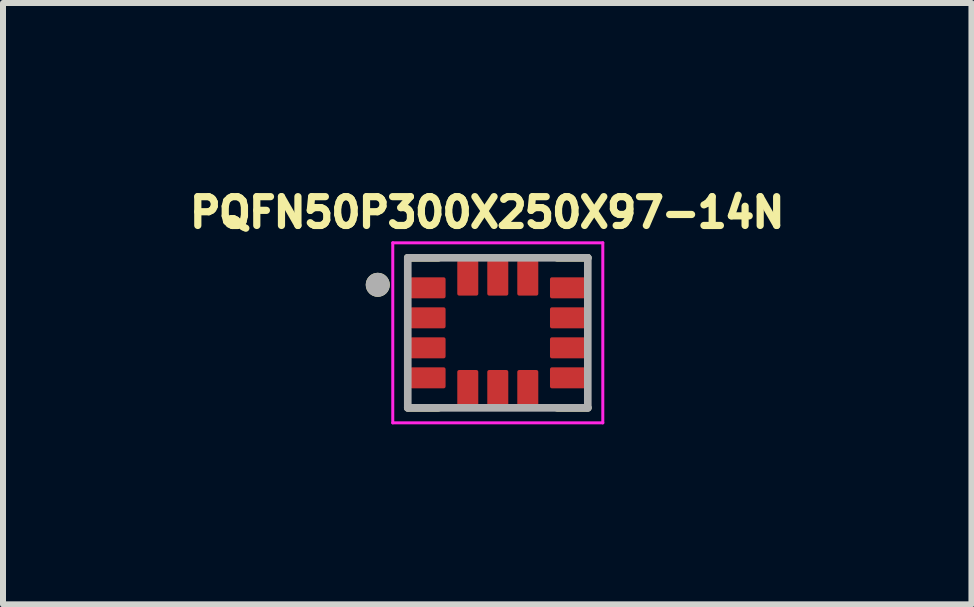
<source format=kicad_pcb>
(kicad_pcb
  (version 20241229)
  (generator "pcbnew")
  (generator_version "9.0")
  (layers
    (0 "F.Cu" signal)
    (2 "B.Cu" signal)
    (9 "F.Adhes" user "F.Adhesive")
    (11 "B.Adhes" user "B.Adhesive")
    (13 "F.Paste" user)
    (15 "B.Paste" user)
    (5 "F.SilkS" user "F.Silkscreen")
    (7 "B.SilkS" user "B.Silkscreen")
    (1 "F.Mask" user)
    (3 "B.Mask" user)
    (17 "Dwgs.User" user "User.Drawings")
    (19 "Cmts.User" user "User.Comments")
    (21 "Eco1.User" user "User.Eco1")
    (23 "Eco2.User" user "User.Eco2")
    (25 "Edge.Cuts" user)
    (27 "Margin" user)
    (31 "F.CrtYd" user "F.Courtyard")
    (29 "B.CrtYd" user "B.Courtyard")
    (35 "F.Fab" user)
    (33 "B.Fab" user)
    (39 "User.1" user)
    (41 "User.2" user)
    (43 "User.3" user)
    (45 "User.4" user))
  (footprint "PQFN50P300X250X97-14N"
    (layer "F.Cu")
    (at 5.245 2.496)
    (property "Reference" "PQFN50P300X250X97-14N" (at -0.176 -2.005 0) (layer "F.SilkS") (effects (font (size 0.48 0.48) (thickness 0.15))))
    (attr through_hole)
    (fp_poly (pts (xy -0.82 -0.85) (xy -0.82 -0.65) (xy -0.82 -0.643) (xy -0.821 -0.637) (xy -0.822 -0.63) (xy -0.823 -0.624) (xy -0.824 -0.618) (xy -0.826 -0.611) (xy -0.828 -0.605) (xy -0.831 -0.599) (xy -0.834 -0.593) (xy -0.837 -0.588) (xy -0.84 -0.582) (xy -0.844 -0.577) (xy -0.848 -0.571) (xy -0.852 -0.566) (xy -0.857 -0.562) (xy -0.861 -0.557) (xy -0.866 -0.553) (xy -0.872 -0.549) (xy -0.877 -0.545) (xy -0.882 -0.542) (xy -0.888 -0.539) (xy -0.894 -0.536) (xy -0.9 -0.533) (xy -0.906 -0.531) (xy -0.913 -0.529) (xy -0.919 -0.528) (xy -0.925 -0.527) (xy -0.932 -0.526) (xy -0.938 -0.525) (xy -0.945 -0.525) (xy -1.385 -0.525) (xy -1.392 -0.525) (xy -1.398 -0.526) (xy -1.405 -0.527) (xy -1.411 -0.528) (xy -1.417 -0.529) (xy -1.424 -0.531) (xy -1.43 -0.533) (xy -1.436 -0.536) (xy -1.442 -0.539) (xy -1.448 -0.542) (xy -1.453 -0.545) (xy -1.458 -0.549) (xy -1.464 -0.553) (xy -1.469 -0.557) (xy -1.473 -0.562) (xy -1.478 -0.566) (xy -1.482 -0.571) (xy -1.486 -0.577) (xy -1.49 -0.582) (xy -1.493 -0.588) (xy -1.496 -0.593) (xy -1.499 -0.599) (xy -1.502 -0.605) (xy -1.504 -0.611) (xy -1.506 -0.618) (xy -1.507 -0.624) (xy -1.508 -0.63) (xy -1.509 -0.637) (xy -1.51 -0.643) (xy -1.51 -0.65) (xy -1.51 -0.85) (xy -1.51 -0.857) (xy -1.509 -0.863) (xy -1.508 -0.87) (xy -1.507 -0.876) (xy -1.506 -0.882) (xy -1.504 -0.889) (xy -1.502 -0.895) (xy -1.499 -0.901) (xy -1.496 -0.907) (xy -1.493 -0.912) (xy -1.49 -0.918) (xy -1.486 -0.923) (xy -1.482 -0.929) (xy -1.478 -0.934) (xy -1.473 -0.938) (xy -1.469 -0.943) (xy -1.464 -0.947) (xy -1.458 -0.951) (xy -1.453 -0.955) (xy -1.448 -0.958) (xy -1.442 -0.961) (xy -1.436 -0.964) (xy -1.43 -0.967) (xy -1.424 -0.969) (xy -1.417 -0.971) (xy -1.411 -0.972) (xy -1.405 -0.973) (xy -1.398 -0.974) (xy -1.392 -0.975) (xy -1.385 -0.975) (xy -0.945 -0.975) (xy -0.938 -0.975) (xy -0.932 -0.974) (xy -0.925 -0.973) (xy -0.919 -0.972) (xy -0.913 -0.971) (xy -0.906 -0.969) (xy -0.9 -0.967) (xy -0.894 -0.964) (xy -0.888 -0.961) (xy -0.882 -0.958) (xy -0.877 -0.955) (xy -0.872 -0.951) (xy -0.866 -0.947) (xy -0.861 -0.943) (xy -0.857 -0.938) (xy -0.852 -0.934) (xy -0.848 -0.929) (xy -0.844 -0.923) (xy -0.84 -0.918) (xy -0.837 -0.912) (xy -0.834 -0.907) (xy -0.831 -0.901) (xy -0.828 -0.895) (xy -0.826 -0.889) (xy -0.824 -0.882) (xy -0.823 -0.876) (xy -0.822 -0.87) (xy -0.821 -0.863) (xy -0.82 -0.857) (xy -0.82 -0.85)) (stroke (width 0.01) (type solid)) (fill yes) (layer "F.Mask"))
    (fp_poly (pts (xy -0.82 -0.35) (xy -0.82 -0.15) (xy -0.82 -0.143) (xy -0.821 -0.137) (xy -0.822 -0.13) (xy -0.823 -0.124) (xy -0.824 -0.118) (xy -0.826 -0.111) (xy -0.828 -0.105) (xy -0.831 -0.099) (xy -0.834 -0.093) (xy -0.837 -0.088) (xy -0.84 -0.082) (xy -0.844 -0.077) (xy -0.848 -0.071) (xy -0.852 -0.066) (xy -0.857 -0.062) (xy -0.861 -0.057) (xy -0.866 -0.053) (xy -0.872 -0.049) (xy -0.877 -0.045) (xy -0.882 -0.042) (xy -0.888 -0.039) (xy -0.894 -0.036) (xy -0.9 -0.033) (xy -0.906 -0.031) (xy -0.913 -0.029) (xy -0.919 -0.028) (xy -0.925 -0.027) (xy -0.932 -0.026) (xy -0.938 -0.025) (xy -0.945 -0.025) (xy -1.385 -0.025) (xy -1.392 -0.025) (xy -1.398 -0.026) (xy -1.405 -0.027) (xy -1.411 -0.028) (xy -1.417 -0.029) (xy -1.424 -0.031) (xy -1.43 -0.033) (xy -1.436 -0.036) (xy -1.442 -0.039) (xy -1.448 -0.042) (xy -1.453 -0.045) (xy -1.458 -0.049) (xy -1.464 -0.053) (xy -1.469 -0.057) (xy -1.473 -0.062) (xy -1.478 -0.066) (xy -1.482 -0.071) (xy -1.486 -0.077) (xy -1.49 -0.082) (xy -1.493 -0.088) (xy -1.496 -0.093) (xy -1.499 -0.099) (xy -1.502 -0.105) (xy -1.504 -0.111) (xy -1.506 -0.118) (xy -1.507 -0.124) (xy -1.508 -0.13) (xy -1.509 -0.137) (xy -1.51 -0.143) (xy -1.51 -0.15) (xy -1.51 -0.35) (xy -1.51 -0.357) (xy -1.509 -0.363) (xy -1.508 -0.37) (xy -1.507 -0.376) (xy -1.506 -0.382) (xy -1.504 -0.389) (xy -1.502 -0.395) (xy -1.499 -0.401) (xy -1.496 -0.407) (xy -1.493 -0.412) (xy -1.49 -0.418) (xy -1.486 -0.423) (xy -1.482 -0.429) (xy -1.478 -0.434) (xy -1.473 -0.438) (xy -1.469 -0.443) (xy -1.464 -0.447) (xy -1.458 -0.451) (xy -1.453 -0.455) (xy -1.448 -0.458) (xy -1.442 -0.461) (xy -1.436 -0.464) (xy -1.43 -0.467) (xy -1.424 -0.469) (xy -1.417 -0.471) (xy -1.411 -0.472) (xy -1.405 -0.473) (xy -1.398 -0.474) (xy -1.392 -0.475) (xy -1.385 -0.475) (xy -0.945 -0.475) (xy -0.938 -0.475) (xy -0.932 -0.474) (xy -0.925 -0.473) (xy -0.919 -0.472) (xy -0.913 -0.471) (xy -0.906 -0.469) (xy -0.9 -0.467) (xy -0.894 -0.464) (xy -0.888 -0.461) (xy -0.882 -0.458) (xy -0.877 -0.455) (xy -0.872 -0.451) (xy -0.866 -0.447) (xy -0.861 -0.443) (xy -0.857 -0.438) (xy -0.852 -0.434) (xy -0.848 -0.429) (xy -0.844 -0.423) (xy -0.84 -0.418) (xy -0.837 -0.412) (xy -0.834 -0.407) (xy -0.831 -0.401) (xy -0.828 -0.395) (xy -0.826 -0.389) (xy -0.824 -0.382) (xy -0.823 -0.376) (xy -0.822 -0.37) (xy -0.821 -0.363) (xy -0.82 -0.357) (xy -0.82 -0.35)) (stroke (width 0.01) (type solid)) (fill yes) (layer "F.Mask"))
    (fp_poly (pts (xy -0.82 0.15) (xy -0.82 0.35) (xy -0.82 0.357) (xy -0.821 0.363) (xy -0.822 0.37) (xy -0.823 0.376) (xy -0.824 0.382) (xy -0.826 0.389) (xy -0.828 0.395) (xy -0.831 0.401) (xy -0.834 0.407) (xy -0.837 0.412) (xy -0.84 0.418) (xy -0.844 0.423) (xy -0.848 0.429) (xy -0.852 0.434) (xy -0.857 0.438) (xy -0.861 0.443) (xy -0.866 0.447) (xy -0.872 0.451) (xy -0.877 0.455) (xy -0.882 0.458) (xy -0.888 0.461) (xy -0.894 0.464) (xy -0.9 0.467) (xy -0.906 0.469) (xy -0.913 0.471) (xy -0.919 0.472) (xy -0.925 0.473) (xy -0.932 0.474) (xy -0.938 0.475) (xy -0.945 0.475) (xy -1.385 0.475) (xy -1.392 0.475) (xy -1.398 0.474) (xy -1.405 0.473) (xy -1.411 0.472) (xy -1.417 0.471) (xy -1.424 0.469) (xy -1.43 0.467) (xy -1.436 0.464) (xy -1.442 0.461) (xy -1.448 0.458) (xy -1.453 0.455) (xy -1.458 0.451) (xy -1.464 0.447) (xy -1.469 0.443) (xy -1.473 0.438) (xy -1.478 0.434) (xy -1.482 0.429) (xy -1.486 0.423) (xy -1.49 0.418) (xy -1.493 0.412) (xy -1.496 0.407) (xy -1.499 0.401) (xy -1.502 0.395) (xy -1.504 0.389) (xy -1.506 0.382) (xy -1.507 0.376) (xy -1.508 0.37) (xy -1.509 0.363) (xy -1.51 0.357) (xy -1.51 0.35) (xy -1.51 0.15) (xy -1.51 0.143) (xy -1.509 0.137) (xy -1.508 0.13) (xy -1.507 0.124) (xy -1.506 0.118) (xy -1.504 0.111) (xy -1.502 0.105) (xy -1.499 0.099) (xy -1.496 0.093) (xy -1.493 0.088) (xy -1.49 0.082) (xy -1.486 0.077) (xy -1.482 0.071) (xy -1.478 0.066) (xy -1.473 0.062) (xy -1.469 0.057) (xy -1.464 0.053) (xy -1.458 0.049) (xy -1.453 0.045) (xy -1.448 0.042) (xy -1.442 0.039) (xy -1.436 0.036) (xy -1.43 0.033) (xy -1.424 0.031) (xy -1.417 0.029) (xy -1.411 0.028) (xy -1.405 0.027) (xy -1.398 0.026) (xy -1.392 0.025) (xy -1.385 0.025) (xy -0.945 0.025) (xy -0.938 0.025) (xy -0.932 0.026) (xy -0.925 0.027) (xy -0.919 0.028) (xy -0.913 0.029) (xy -0.906 0.031) (xy -0.9 0.033) (xy -0.894 0.036) (xy -0.888 0.039) (xy -0.882 0.042) (xy -0.877 0.045) (xy -0.872 0.049) (xy -0.866 0.053) (xy -0.861 0.057) (xy -0.857 0.062) (xy -0.852 0.066) (xy -0.848 0.071) (xy -0.844 0.077) (xy -0.84 0.082) (xy -0.837 0.088) (xy -0.834 0.093) (xy -0.831 0.099) (xy -0.828 0.105) (xy -0.826 0.111) (xy -0.824 0.118) (xy -0.823 0.124) (xy -0.822 0.13) (xy -0.821 0.137) (xy -0.82 0.143) (xy -0.82 0.15)) (stroke (width 0.01) (type solid)) (fill yes) (layer "F.Mask"))
    (fp_poly (pts (xy -0.82 0.65) (xy -0.82 0.85) (xy -0.82 0.857) (xy -0.821 0.863) (xy -0.822 0.87) (xy -0.823 0.876) (xy -0.824 0.882) (xy -0.826 0.889) (xy -0.828 0.895) (xy -0.831 0.901) (xy -0.834 0.907) (xy -0.837 0.912) (xy -0.84 0.918) (xy -0.844 0.923) (xy -0.848 0.929) (xy -0.852 0.934) (xy -0.857 0.938) (xy -0.861 0.943) (xy -0.866 0.947) (xy -0.872 0.951) (xy -0.877 0.955) (xy -0.882 0.958) (xy -0.888 0.961) (xy -0.894 0.964) (xy -0.9 0.967) (xy -0.906 0.969) (xy -0.913 0.971) (xy -0.919 0.972) (xy -0.925 0.973) (xy -0.932 0.974) (xy -0.938 0.975) (xy -0.945 0.975) (xy -1.385 0.975) (xy -1.392 0.975) (xy -1.398 0.974) (xy -1.405 0.973) (xy -1.411 0.972) (xy -1.417 0.971) (xy -1.424 0.969) (xy -1.43 0.967) (xy -1.436 0.964) (xy -1.442 0.961) (xy -1.448 0.958) (xy -1.453 0.955) (xy -1.458 0.951) (xy -1.464 0.947) (xy -1.469 0.943) (xy -1.473 0.938) (xy -1.478 0.934) (xy -1.482 0.929) (xy -1.486 0.923) (xy -1.49 0.918) (xy -1.493 0.912) (xy -1.496 0.907) (xy -1.499 0.901) (xy -1.502 0.895) (xy -1.504 0.889) (xy -1.506 0.882) (xy -1.507 0.876) (xy -1.508 0.87) (xy -1.509 0.863) (xy -1.51 0.857) (xy -1.51 0.85) (xy -1.51 0.65) (xy -1.51 0.643) (xy -1.509 0.637) (xy -1.508 0.63) (xy -1.507 0.624) (xy -1.506 0.618) (xy -1.504 0.611) (xy -1.502 0.605) (xy -1.499 0.599) (xy -1.496 0.593) (xy -1.493 0.588) (xy -1.49 0.582) (xy -1.486 0.577) (xy -1.482 0.571) (xy -1.478 0.566) (xy -1.473 0.562) (xy -1.469 0.557) (xy -1.464 0.553) (xy -1.458 0.549) (xy -1.453 0.545) (xy -1.448 0.542) (xy -1.442 0.539) (xy -1.436 0.536) (xy -1.43 0.533) (xy -1.424 0.531) (xy -1.417 0.529) (xy -1.411 0.528) (xy -1.405 0.527) (xy -1.398 0.526) (xy -1.392 0.525) (xy -1.385 0.525) (xy -0.945 0.525) (xy -0.938 0.525) (xy -0.932 0.526) (xy -0.925 0.527) (xy -0.919 0.528) (xy -0.913 0.529) (xy -0.906 0.531) (xy -0.9 0.533) (xy -0.894 0.536) (xy -0.888 0.539) (xy -0.882 0.542) (xy -0.877 0.545) (xy -0.872 0.549) (xy -0.866 0.553) (xy -0.861 0.557) (xy -0.857 0.562) (xy -0.852 0.566) (xy -0.848 0.571) (xy -0.844 0.577) (xy -0.84 0.582) (xy -0.837 0.588) (xy -0.834 0.593) (xy -0.831 0.599) (xy -0.828 0.605) (xy -0.826 0.611) (xy -0.824 0.618) (xy -0.823 0.624) (xy -0.822 0.63) (xy -0.821 0.637) (xy -0.82 0.643) (xy -0.82 0.65)) (stroke (width 0.01) (type solid)) (fill yes) (layer "F.Mask"))
    (fp_poly (pts (xy -0.6 -1.26) (xy -0.4 -1.26) (xy -0.393 -1.26) (xy -0.387 -1.259) (xy -0.38 -1.258) (xy -0.374 -1.257) (xy -0.368 -1.256) (xy -0.361 -1.254) (xy -0.355 -1.252) (xy -0.349 -1.249) (xy -0.343 -1.246) (xy -0.338 -1.243) (xy -0.332 -1.24) (xy -0.327 -1.236) (xy -0.321 -1.232) (xy -0.316 -1.228) (xy -0.312 -1.223) (xy -0.307 -1.219) (xy -0.303 -1.214) (xy -0.299 -1.208) (xy -0.295 -1.203) (xy -0.292 -1.198) (xy -0.289 -1.192) (xy -0.286 -1.186) (xy -0.283 -1.18) (xy -0.281 -1.174) (xy -0.279 -1.167) (xy -0.278 -1.161) (xy -0.277 -1.155) (xy -0.276 -1.148) (xy -0.275 -1.142) (xy -0.275 -1.135) (xy -0.275 -0.695) (xy -0.275 -0.688) (xy -0.276 -0.682) (xy -0.277 -0.675) (xy -0.278 -0.669) (xy -0.279 -0.663) (xy -0.281 -0.656) (xy -0.283 -0.65) (xy -0.286 -0.644) (xy -0.289 -0.638) (xy -0.292 -0.632) (xy -0.295 -0.627) (xy -0.299 -0.622) (xy -0.303 -0.616) (xy -0.307 -0.611) (xy -0.312 -0.607) (xy -0.316 -0.602) (xy -0.321 -0.598) (xy -0.327 -0.594) (xy -0.332 -0.59) (xy -0.338 -0.587) (xy -0.343 -0.584) (xy -0.349 -0.581) (xy -0.355 -0.578) (xy -0.361 -0.576) (xy -0.368 -0.574) (xy -0.374 -0.573) (xy -0.38 -0.572) (xy -0.387 -0.571) (xy -0.393 -0.57) (xy -0.4 -0.57) (xy -0.6 -0.57) (xy -0.607 -0.57) (xy -0.613 -0.571) (xy -0.62 -0.572) (xy -0.626 -0.573) (xy -0.632 -0.574) (xy -0.639 -0.576) (xy -0.645 -0.578) (xy -0.651 -0.581) (xy -0.657 -0.584) (xy -0.663 -0.587) (xy -0.668 -0.59) (xy -0.673 -0.594) (xy -0.679 -0.598) (xy -0.684 -0.602) (xy -0.688 -0.607) (xy -0.693 -0.611) (xy -0.697 -0.616) (xy -0.701 -0.622) (xy -0.705 -0.627) (xy -0.708 -0.632) (xy -0.711 -0.638) (xy -0.714 -0.644) (xy -0.717 -0.65) (xy -0.719 -0.656) (xy -0.721 -0.663) (xy -0.722 -0.669) (xy -0.723 -0.675) (xy -0.724 -0.682) (xy -0.725 -0.688) (xy -0.725 -0.695) (xy -0.725 -1.135) (xy -0.725 -1.142) (xy -0.724 -1.148) (xy -0.723 -1.155) (xy -0.722 -1.161) (xy -0.721 -1.167) (xy -0.719 -1.174) (xy -0.717 -1.18) (xy -0.714 -1.186) (xy -0.711 -1.192) (xy -0.708 -1.198) (xy -0.705 -1.203) (xy -0.701 -1.208) (xy -0.697 -1.214) (xy -0.693 -1.219) (xy -0.688 -1.223) (xy -0.684 -1.228) (xy -0.679 -1.232) (xy -0.673 -1.236) (xy -0.668 -1.24) (xy -0.662 -1.243) (xy -0.657 -1.246) (xy -0.651 -1.249) (xy -0.645 -1.252) (xy -0.639 -1.254) (xy -0.632 -1.256) (xy -0.626 -1.257) (xy -0.62 -1.258) (xy -0.613 -1.259) (xy -0.607 -1.26) (xy -0.6 -1.26)) (stroke (width 0.01) (type solid)) (fill yes) (layer "F.Mask"))
    (fp_poly (pts (xy -0.6 0.57) (xy -0.4 0.57) (xy -0.393 0.57) (xy -0.387 0.571) (xy -0.38 0.572) (xy -0.374 0.573) (xy -0.368 0.574) (xy -0.361 0.576) (xy -0.355 0.578) (xy -0.349 0.581) (xy -0.343 0.584) (xy -0.338 0.587) (xy -0.332 0.59) (xy -0.327 0.594) (xy -0.321 0.598) (xy -0.316 0.602) (xy -0.312 0.607) (xy -0.307 0.611) (xy -0.303 0.616) (xy -0.299 0.622) (xy -0.295 0.627) (xy -0.292 0.632) (xy -0.289 0.638) (xy -0.286 0.644) (xy -0.283 0.65) (xy -0.281 0.656) (xy -0.279 0.663) (xy -0.278 0.669) (xy -0.277 0.675) (xy -0.276 0.682) (xy -0.275 0.688) (xy -0.275 0.695) (xy -0.275 1.135) (xy -0.275 1.142) (xy -0.276 1.148) (xy -0.277 1.155) (xy -0.278 1.161) (xy -0.279 1.167) (xy -0.281 1.174) (xy -0.283 1.18) (xy -0.286 1.186) (xy -0.289 1.192) (xy -0.292 1.198) (xy -0.295 1.203) (xy -0.299 1.208) (xy -0.303 1.214) (xy -0.307 1.219) (xy -0.312 1.223) (xy -0.316 1.228) (xy -0.321 1.232) (xy -0.327 1.236) (xy -0.332 1.24) (xy -0.338 1.243) (xy -0.343 1.246) (xy -0.349 1.249) (xy -0.355 1.252) (xy -0.361 1.254) (xy -0.368 1.256) (xy -0.374 1.257) (xy -0.38 1.258) (xy -0.387 1.259) (xy -0.393 1.26) (xy -0.4 1.26) (xy -0.6 1.26) (xy -0.607 1.26) (xy -0.613 1.259) (xy -0.62 1.258) (xy -0.626 1.257) (xy -0.632 1.256) (xy -0.639 1.254) (xy -0.645 1.252) (xy -0.651 1.249) (xy -0.657 1.246) (xy -0.663 1.243) (xy -0.668 1.24) (xy -0.673 1.236) (xy -0.679 1.232) (xy -0.684 1.228) (xy -0.688 1.223) (xy -0.693 1.219) (xy -0.697 1.214) (xy -0.701 1.208) (xy -0.705 1.203) (xy -0.708 1.198) (xy -0.711 1.192) (xy -0.714 1.186) (xy -0.717 1.18) (xy -0.719 1.174) (xy -0.721 1.167) (xy -0.722 1.161) (xy -0.723 1.155) (xy -0.724 1.148) (xy -0.725 1.142) (xy -0.725 1.135) (xy -0.725 0.695) (xy -0.725 0.688) (xy -0.724 0.682) (xy -0.723 0.675) (xy -0.722 0.669) (xy -0.721 0.663) (xy -0.719 0.656) (xy -0.717 0.65) (xy -0.714 0.644) (xy -0.711 0.638) (xy -0.708 0.632) (xy -0.705 0.627) (xy -0.701 0.622) (xy -0.697 0.616) (xy -0.693 0.611) (xy -0.688 0.607) (xy -0.684 0.602) (xy -0.679 0.598) (xy -0.673 0.594) (xy -0.668 0.59) (xy -0.662 0.587) (xy -0.657 0.584) (xy -0.651 0.581) (xy -0.645 0.578) (xy -0.639 0.576) (xy -0.632 0.574) (xy -0.626 0.573) (xy -0.62 0.572) (xy -0.613 0.571) (xy -0.607 0.57) (xy -0.6 0.57)) (stroke (width 0.01) (type solid)) (fill yes) (layer "F.Mask"))
    (fp_poly (pts (xy -0.1 -1.26) (xy 0.1 -1.26) (xy 0.107 -1.26) (xy 0.113 -1.259) (xy 0.12 -1.258) (xy 0.126 -1.257) (xy 0.132 -1.256) (xy 0.139 -1.254) (xy 0.145 -1.252) (xy 0.151 -1.249) (xy 0.157 -1.246) (xy 0.163 -1.243) (xy 0.168 -1.24) (xy 0.173 -1.236) (xy 0.179 -1.232) (xy 0.184 -1.228) (xy 0.188 -1.223) (xy 0.193 -1.219) (xy 0.197 -1.214) (xy 0.201 -1.208) (xy 0.205 -1.203) (xy 0.208 -1.198) (xy 0.211 -1.192) (xy 0.214 -1.186) (xy 0.217 -1.18) (xy 0.219 -1.174) (xy 0.221 -1.167) (xy 0.222 -1.161) (xy 0.223 -1.155) (xy 0.224 -1.148) (xy 0.225 -1.142) (xy 0.225 -1.135) (xy 0.225 -0.695) (xy 0.225 -0.688) (xy 0.224 -0.682) (xy 0.223 -0.675) (xy 0.222 -0.669) (xy 0.221 -0.663) (xy 0.219 -0.656) (xy 0.217 -0.65) (xy 0.214 -0.644) (xy 0.211 -0.638) (xy 0.208 -0.632) (xy 0.205 -0.627) (xy 0.201 -0.622) (xy 0.197 -0.616) (xy 0.193 -0.611) (xy 0.188 -0.607) (xy 0.184 -0.602) (xy 0.179 -0.598) (xy 0.173 -0.594) (xy 0.168 -0.59) (xy 0.163 -0.587) (xy 0.157 -0.584) (xy 0.151 -0.581) (xy 0.145 -0.578) (xy 0.139 -0.576) (xy 0.132 -0.574) (xy 0.126 -0.573) (xy 0.12 -0.572) (xy 0.113 -0.571) (xy 0.107 -0.57) (xy 0.1 -0.57) (xy -0.1 -0.57) (xy -0.107 -0.57) (xy -0.113 -0.571) (xy -0.12 -0.572) (xy -0.126 -0.573) (xy -0.132 -0.574) (xy -0.139 -0.576) (xy -0.145 -0.578) (xy -0.151 -0.581) (xy -0.157 -0.584) (xy -0.163 -0.587) (xy -0.168 -0.59) (xy -0.173 -0.594) (xy -0.179 -0.598) (xy -0.184 -0.602) (xy -0.188 -0.607) (xy -0.193 -0.611) (xy -0.197 -0.616) (xy -0.201 -0.622) (xy -0.205 -0.627) (xy -0.208 -0.632) (xy -0.211 -0.638) (xy -0.214 -0.644) (xy -0.217 -0.65) (xy -0.219 -0.656) (xy -0.221 -0.663) (xy -0.222 -0.669) (xy -0.223 -0.675) (xy -0.224 -0.682) (xy -0.225 -0.688) (xy -0.225 -0.695) (xy -0.225 -1.135) (xy -0.225 -1.142) (xy -0.224 -1.148) (xy -0.223 -1.155) (xy -0.222 -1.161) (xy -0.221 -1.167) (xy -0.219 -1.174) (xy -0.217 -1.18) (xy -0.214 -1.186) (xy -0.211 -1.192) (xy -0.208 -1.198) (xy -0.205 -1.203) (xy -0.201 -1.208) (xy -0.197 -1.214) (xy -0.193 -1.219) (xy -0.188 -1.223) (xy -0.184 -1.228) (xy -0.179 -1.232) (xy -0.173 -1.236) (xy -0.168 -1.24) (xy -0.162 -1.243) (xy -0.157 -1.246) (xy -0.151 -1.249) (xy -0.145 -1.252) (xy -0.139 -1.254) (xy -0.132 -1.256) (xy -0.126 -1.257) (xy -0.12 -1.258) (xy -0.113 -1.259) (xy -0.107 -1.26) (xy -0.1 -1.26)) (stroke (width 0.01) (type solid)) (fill yes) (layer "F.Mask"))
    (fp_poly (pts (xy -0.1 0.57) (xy 0.1 0.57) (xy 0.107 0.57) (xy 0.113 0.571) (xy 0.12 0.572) (xy 0.126 0.573) (xy 0.132 0.574) (xy 0.139 0.576) (xy 0.145 0.578) (xy 0.151 0.581) (xy 0.157 0.584) (xy 0.163 0.587) (xy 0.168 0.59) (xy 0.173 0.594) (xy 0.179 0.598) (xy 0.184 0.602) (xy 0.188 0.607) (xy 0.193 0.611) (xy 0.197 0.616) (xy 0.201 0.622) (xy 0.205 0.627) (xy 0.208 0.632) (xy 0.211 0.638) (xy 0.214 0.644) (xy 0.217 0.65) (xy 0.219 0.656) (xy 0.221 0.663) (xy 0.222 0.669) (xy 0.223 0.675) (xy 0.224 0.682) (xy 0.225 0.688) (xy 0.225 0.695) (xy 0.225 1.135) (xy 0.225 1.142) (xy 0.224 1.148) (xy 0.223 1.155) (xy 0.222 1.161) (xy 0.221 1.167) (xy 0.219 1.174) (xy 0.217 1.18) (xy 0.214 1.186) (xy 0.211 1.192) (xy 0.208 1.198) (xy 0.205 1.203) (xy 0.201 1.208) (xy 0.197 1.214) (xy 0.193 1.219) (xy 0.188 1.223) (xy 0.184 1.228) (xy 0.179 1.232) (xy 0.173 1.236) (xy 0.168 1.24) (xy 0.163 1.243) (xy 0.157 1.246) (xy 0.151 1.249) (xy 0.145 1.252) (xy 0.139 1.254) (xy 0.132 1.256) (xy 0.126 1.257) (xy 0.12 1.258) (xy 0.113 1.259) (xy 0.107 1.26) (xy 0.1 1.26) (xy -0.1 1.26) (xy -0.107 1.26) (xy -0.113 1.259) (xy -0.12 1.258) (xy -0.126 1.257) (xy -0.132 1.256) (xy -0.139 1.254) (xy -0.145 1.252) (xy -0.151 1.249) (xy -0.157 1.246) (xy -0.163 1.243) (xy -0.168 1.24) (xy -0.173 1.236) (xy -0.179 1.232) (xy -0.184 1.228) (xy -0.188 1.223) (xy -0.193 1.219) (xy -0.197 1.214) (xy -0.201 1.208) (xy -0.205 1.203) (xy -0.208 1.198) (xy -0.211 1.192) (xy -0.214 1.186) (xy -0.217 1.18) (xy -0.219 1.174) (xy -0.221 1.167) (xy -0.222 1.161) (xy -0.223 1.155) (xy -0.224 1.148) (xy -0.225 1.142) (xy -0.225 1.135) (xy -0.225 0.695) (xy -0.225 0.688) (xy -0.224 0.682) (xy -0.223 0.675) (xy -0.222 0.669) (xy -0.221 0.663) (xy -0.219 0.656) (xy -0.217 0.65) (xy -0.214 0.644) (xy -0.211 0.638) (xy -0.208 0.632) (xy -0.205 0.627) (xy -0.201 0.622) (xy -0.197 0.616) (xy -0.193 0.611) (xy -0.188 0.607) (xy -0.184 0.602) (xy -0.179 0.598) (xy -0.173 0.594) (xy -0.168 0.59) (xy -0.162 0.587) (xy -0.157 0.584) (xy -0.151 0.581) (xy -0.145 0.578) (xy -0.139 0.576) (xy -0.132 0.574) (xy -0.126 0.573) (xy -0.12 0.572) (xy -0.113 0.571) (xy -0.107 0.57) (xy -0.1 0.57)) (stroke (width 0.01) (type solid)) (fill yes) (layer "F.Mask"))
    (fp_poly (pts (xy 0.4 -1.26) (xy 0.6 -1.26) (xy 0.607 -1.26) (xy 0.613 -1.259) (xy 0.62 -1.258) (xy 0.626 -1.257) (xy 0.632 -1.256) (xy 0.639 -1.254) (xy 0.645 -1.252) (xy 0.651 -1.249) (xy 0.657 -1.246) (xy 0.662 -1.243) (xy 0.668 -1.24) (xy 0.673 -1.236) (xy 0.679 -1.232) (xy 0.684 -1.228) (xy 0.688 -1.223) (xy 0.693 -1.219) (xy 0.697 -1.214) (xy 0.701 -1.208) (xy 0.705 -1.203) (xy 0.708 -1.198) (xy 0.711 -1.192) (xy 0.714 -1.186) (xy 0.717 -1.18) (xy 0.719 -1.174) (xy 0.721 -1.167) (xy 0.722 -1.161) (xy 0.723 -1.155) (xy 0.724 -1.148) (xy 0.725 -1.142) (xy 0.725 -1.135) (xy 0.725 -0.695) (xy 0.725 -0.688) (xy 0.724 -0.682) (xy 0.723 -0.675) (xy 0.722 -0.669) (xy 0.721 -0.663) (xy 0.719 -0.656) (xy 0.717 -0.65) (xy 0.714 -0.644) (xy 0.711 -0.638) (xy 0.708 -0.632) (xy 0.705 -0.627) (xy 0.701 -0.622) (xy 0.697 -0.616) (xy 0.693 -0.611) (xy 0.688 -0.607) (xy 0.684 -0.602) (xy 0.679 -0.598) (xy 0.673 -0.594) (xy 0.668 -0.59) (xy 0.662 -0.587) (xy 0.657 -0.584) (xy 0.651 -0.581) (xy 0.645 -0.578) (xy 0.639 -0.576) (xy 0.632 -0.574) (xy 0.626 -0.573) (xy 0.62 -0.572) (xy 0.613 -0.571) (xy 0.607 -0.57) (xy 0.6 -0.57) (xy 0.4 -0.57) (xy 0.393 -0.57) (xy 0.387 -0.571) (xy 0.38 -0.572) (xy 0.374 -0.573) (xy 0.368 -0.574) (xy 0.361 -0.576) (xy 0.355 -0.578) (xy 0.349 -0.581) (xy 0.343 -0.584) (xy 0.337 -0.587) (xy 0.332 -0.59) (xy 0.327 -0.594) (xy 0.321 -0.598) (xy 0.316 -0.602) (xy 0.312 -0.607) (xy 0.307 -0.611) (xy 0.303 -0.616) (xy 0.299 -0.622) (xy 0.295 -0.627) (xy 0.292 -0.632) (xy 0.289 -0.638) (xy 0.286 -0.644) (xy 0.283 -0.65) (xy 0.281 -0.656) (xy 0.279 -0.663) (xy 0.278 -0.669) (xy 0.277 -0.675) (xy 0.276 -0.682) (xy 0.275 -0.688) (xy 0.275 -0.695) (xy 0.275 -1.135) (xy 0.275 -1.142) (xy 0.276 -1.148) (xy 0.277 -1.155) (xy 0.278 -1.161) (xy 0.279 -1.167) (xy 0.281 -1.174) (xy 0.283 -1.18) (xy 0.286 -1.186) (xy 0.289 -1.192) (xy 0.292 -1.198) (xy 0.295 -1.203) (xy 0.299 -1.208) (xy 0.303 -1.214) (xy 0.307 -1.219) (xy 0.312 -1.223) (xy 0.316 -1.228) (xy 0.321 -1.232) (xy 0.327 -1.236) (xy 0.332 -1.24) (xy 0.338 -1.243) (xy 0.343 -1.246) (xy 0.349 -1.249) (xy 0.355 -1.252) (xy 0.361 -1.254) (xy 0.368 -1.256) (xy 0.374 -1.257) (xy 0.38 -1.258) (xy 0.387 -1.259) (xy 0.393 -1.26) (xy 0.4 -1.26)) (stroke (width 0.01) (type solid)) (fill yes) (layer "F.Mask"))
    (fp_poly (pts (xy 0.4 0.57) (xy 0.6 0.57) (xy 0.607 0.57) (xy 0.613 0.571) (xy 0.62 0.572) (xy 0.626 0.573) (xy 0.632 0.574) (xy 0.639 0.576) (xy 0.645 0.578) (xy 0.651 0.581) (xy 0.657 0.584) (xy 0.662 0.587) (xy 0.668 0.59) (xy 0.673 0.594) (xy 0.679 0.598) (xy 0.684 0.602) (xy 0.688 0.607) (xy 0.693 0.611) (xy 0.697 0.616) (xy 0.701 0.622) (xy 0.705 0.627) (xy 0.708 0.632) (xy 0.711 0.638) (xy 0.714 0.644) (xy 0.717 0.65) (xy 0.719 0.656) (xy 0.721 0.663) (xy 0.722 0.669) (xy 0.723 0.675) (xy 0.724 0.682) (xy 0.725 0.688) (xy 0.725 0.695) (xy 0.725 1.135) (xy 0.725 1.142) (xy 0.724 1.148) (xy 0.723 1.155) (xy 0.722 1.161) (xy 0.721 1.167) (xy 0.719 1.174) (xy 0.717 1.18) (xy 0.714 1.186) (xy 0.711 1.192) (xy 0.708 1.198) (xy 0.705 1.203) (xy 0.701 1.208) (xy 0.697 1.214) (xy 0.693 1.219) (xy 0.688 1.223) (xy 0.684 1.228) (xy 0.679 1.232) (xy 0.673 1.236) (xy 0.668 1.24) (xy 0.662 1.243) (xy 0.657 1.246) (xy 0.651 1.249) (xy 0.645 1.252) (xy 0.639 1.254) (xy 0.632 1.256) (xy 0.626 1.257) (xy 0.62 1.258) (xy 0.613 1.259) (xy 0.607 1.26) (xy 0.6 1.26) (xy 0.4 1.26) (xy 0.393 1.26) (xy 0.387 1.259) (xy 0.38 1.258) (xy 0.374 1.257) (xy 0.368 1.256) (xy 0.361 1.254) (xy 0.355 1.252) (xy 0.349 1.249) (xy 0.343 1.246) (xy 0.337 1.243) (xy 0.332 1.24) (xy 0.327 1.236) (xy 0.321 1.232) (xy 0.316 1.228) (xy 0.312 1.223) (xy 0.307 1.219) (xy 0.303 1.214) (xy 0.299 1.208) (xy 0.295 1.203) (xy 0.292 1.198) (xy 0.289 1.192) (xy 0.286 1.186) (xy 0.283 1.18) (xy 0.281 1.174) (xy 0.279 1.167) (xy 0.278 1.161) (xy 0.277 1.155) (xy 0.276 1.148) (xy 0.275 1.142) (xy 0.275 1.135) (xy 0.275 0.695) (xy 0.275 0.688) (xy 0.276 0.682) (xy 0.277 0.675) (xy 0.278 0.669) (xy 0.279 0.663) (xy 0.281 0.656) (xy 0.283 0.65) (xy 0.286 0.644) (xy 0.289 0.638) (xy 0.292 0.632) (xy 0.295 0.627) (xy 0.299 0.622) (xy 0.303 0.616) (xy 0.307 0.611) (xy 0.312 0.607) (xy 0.316 0.602) (xy 0.321 0.598) (xy 0.327 0.594) (xy 0.332 0.59) (xy 0.338 0.587) (xy 0.343 0.584) (xy 0.349 0.581) (xy 0.355 0.578) (xy 0.361 0.576) (xy 0.368 0.574) (xy 0.374 0.573) (xy 0.38 0.572) (xy 0.387 0.571) (xy 0.393 0.57) (xy 0.4 0.57)) (stroke (width 0.01) (type solid)) (fill yes) (layer "F.Mask"))
    (fp_poly (pts (xy 1.51 -0.85) (xy 1.51 -0.65) (xy 1.51 -0.643) (xy 1.509 -0.637) (xy 1.508 -0.63) (xy 1.507 -0.624) (xy 1.506 -0.618) (xy 1.504 -0.611) (xy 1.502 -0.605) (xy 1.499 -0.599) (xy 1.496 -0.593) (xy 1.493 -0.588) (xy 1.49 -0.582) (xy 1.486 -0.577) (xy 1.482 -0.571) (xy 1.478 -0.566) (xy 1.473 -0.562) (xy 1.469 -0.557) (xy 1.464 -0.553) (xy 1.458 -0.549) (xy 1.453 -0.545) (xy 1.448 -0.542) (xy 1.442 -0.539) (xy 1.436 -0.536) (xy 1.43 -0.533) (xy 1.424 -0.531) (xy 1.417 -0.529) (xy 1.411 -0.528) (xy 1.405 -0.527) (xy 1.398 -0.526) (xy 1.392 -0.525) (xy 1.385 -0.525) (xy 0.945 -0.525) (xy 0.938 -0.525) (xy 0.932 -0.526) (xy 0.925 -0.527) (xy 0.919 -0.528) (xy 0.913 -0.529) (xy 0.906 -0.531) (xy 0.9 -0.533) (xy 0.894 -0.536) (xy 0.888 -0.539) (xy 0.882 -0.542) (xy 0.877 -0.545) (xy 0.872 -0.549) (xy 0.866 -0.553) (xy 0.861 -0.557) (xy 0.857 -0.562) (xy 0.852 -0.566) (xy 0.848 -0.571) (xy 0.844 -0.577) (xy 0.84 -0.582) (xy 0.837 -0.588) (xy 0.834 -0.593) (xy 0.831 -0.599) (xy 0.828 -0.605) (xy 0.826 -0.611) (xy 0.824 -0.618) (xy 0.823 -0.624) (xy 0.822 -0.63) (xy 0.821 -0.637) (xy 0.82 -0.643) (xy 0.82 -0.65) (xy 0.82 -0.85) (xy 0.82 -0.857) (xy 0.821 -0.863) (xy 0.822 -0.87) (xy 0.823 -0.876) (xy 0.824 -0.882) (xy 0.826 -0.889) (xy 0.828 -0.895) (xy 0.831 -0.901) (xy 0.834 -0.907) (xy 0.837 -0.912) (xy 0.84 -0.918) (xy 0.844 -0.923) (xy 0.848 -0.929) (xy 0.852 -0.934) (xy 0.857 -0.938) (xy 0.861 -0.943) (xy 0.866 -0.947) (xy 0.872 -0.951) (xy 0.877 -0.955) (xy 0.882 -0.958) (xy 0.888 -0.961) (xy 0.894 -0.964) (xy 0.9 -0.967) (xy 0.906 -0.969) (xy 0.913 -0.971) (xy 0.919 -0.972) (xy 0.925 -0.973) (xy 0.932 -0.974) (xy 0.938 -0.975) (xy 0.945 -0.975) (xy 1.385 -0.975) (xy 1.392 -0.975) (xy 1.398 -0.974) (xy 1.405 -0.973) (xy 1.411 -0.972) (xy 1.417 -0.971) (xy 1.424 -0.969) (xy 1.43 -0.967) (xy 1.436 -0.964) (xy 1.442 -0.961) (xy 1.448 -0.958) (xy 1.453 -0.955) (xy 1.458 -0.951) (xy 1.464 -0.947) (xy 1.469 -0.943) (xy 1.473 -0.938) (xy 1.478 -0.934) (xy 1.482 -0.929) (xy 1.486 -0.923) (xy 1.49 -0.918) (xy 1.493 -0.912) (xy 1.496 -0.907) (xy 1.499 -0.901) (xy 1.502 -0.895) (xy 1.504 -0.889) (xy 1.506 -0.882) (xy 1.507 -0.876) (xy 1.508 -0.87) (xy 1.509 -0.863) (xy 1.51 -0.857) (xy 1.51 -0.85)) (stroke (width 0.01) (type solid)) (fill yes) (layer "F.Mask"))
    (fp_poly (pts (xy 1.51 -0.35) (xy 1.51 -0.15) (xy 1.51 -0.143) (xy 1.509 -0.137) (xy 1.508 -0.13) (xy 1.507 -0.124) (xy 1.506 -0.118) (xy 1.504 -0.111) (xy 1.502 -0.105) (xy 1.499 -0.099) (xy 1.496 -0.093) (xy 1.493 -0.088) (xy 1.49 -0.082) (xy 1.486 -0.077) (xy 1.482 -0.071) (xy 1.478 -0.066) (xy 1.473 -0.062) (xy 1.469 -0.057) (xy 1.464 -0.053) (xy 1.458 -0.049) (xy 1.453 -0.045) (xy 1.448 -0.042) (xy 1.442 -0.039) (xy 1.436 -0.036) (xy 1.43 -0.033) (xy 1.424 -0.031) (xy 1.417 -0.029) (xy 1.411 -0.028) (xy 1.405 -0.027) (xy 1.398 -0.026) (xy 1.392 -0.025) (xy 1.385 -0.025) (xy 0.945 -0.025) (xy 0.938 -0.025) (xy 0.932 -0.026) (xy 0.925 -0.027) (xy 0.919 -0.028) (xy 0.913 -0.029) (xy 0.906 -0.031) (xy 0.9 -0.033) (xy 0.894 -0.036) (xy 0.888 -0.039) (xy 0.882 -0.042) (xy 0.877 -0.045) (xy 0.872 -0.049) (xy 0.866 -0.053) (xy 0.861 -0.057) (xy 0.857 -0.062) (xy 0.852 -0.066) (xy 0.848 -0.071) (xy 0.844 -0.077) (xy 0.84 -0.082) (xy 0.837 -0.088) (xy 0.834 -0.093) (xy 0.831 -0.099) (xy 0.828 -0.105) (xy 0.826 -0.111) (xy 0.824 -0.118) (xy 0.823 -0.124) (xy 0.822 -0.13) (xy 0.821 -0.137) (xy 0.82 -0.143) (xy 0.82 -0.15) (xy 0.82 -0.35) (xy 0.82 -0.357) (xy 0.821 -0.363) (xy 0.822 -0.37) (xy 0.823 -0.376) (xy 0.824 -0.382) (xy 0.826 -0.389) (xy 0.828 -0.395) (xy 0.831 -0.401) (xy 0.834 -0.407) (xy 0.837 -0.412) (xy 0.84 -0.418) (xy 0.844 -0.423) (xy 0.848 -0.429) (xy 0.852 -0.434) (xy 0.857 -0.438) (xy 0.861 -0.443) (xy 0.866 -0.447) (xy 0.872 -0.451) (xy 0.877 -0.455) (xy 0.882 -0.458) (xy 0.888 -0.461) (xy 0.894 -0.464) (xy 0.9 -0.467) (xy 0.906 -0.469) (xy 0.913 -0.471) (xy 0.919 -0.472) (xy 0.925 -0.473) (xy 0.932 -0.474) (xy 0.938 -0.475) (xy 0.945 -0.475) (xy 1.385 -0.475) (xy 1.392 -0.475) (xy 1.398 -0.474) (xy 1.405 -0.473) (xy 1.411 -0.472) (xy 1.417 -0.471) (xy 1.424 -0.469) (xy 1.43 -0.467) (xy 1.436 -0.464) (xy 1.442 -0.461) (xy 1.448 -0.458) (xy 1.453 -0.455) (xy 1.458 -0.451) (xy 1.464 -0.447) (xy 1.469 -0.443) (xy 1.473 -0.438) (xy 1.478 -0.434) (xy 1.482 -0.429) (xy 1.486 -0.423) (xy 1.49 -0.418) (xy 1.493 -0.412) (xy 1.496 -0.407) (xy 1.499 -0.401) (xy 1.502 -0.395) (xy 1.504 -0.389) (xy 1.506 -0.382) (xy 1.507 -0.376) (xy 1.508 -0.37) (xy 1.509 -0.363) (xy 1.51 -0.357) (xy 1.51 -0.35)) (stroke (width 0.01) (type solid)) (fill yes) (layer "F.Mask"))
    (fp_poly (pts (xy 1.51 0.15) (xy 1.51 0.35) (xy 1.51 0.357) (xy 1.509 0.363) (xy 1.508 0.37) (xy 1.507 0.376) (xy 1.506 0.382) (xy 1.504 0.389) (xy 1.502 0.395) (xy 1.499 0.401) (xy 1.496 0.407) (xy 1.493 0.412) (xy 1.49 0.418) (xy 1.486 0.423) (xy 1.482 0.429) (xy 1.478 0.434) (xy 1.473 0.438) (xy 1.469 0.443) (xy 1.464 0.447) (xy 1.458 0.451) (xy 1.453 0.455) (xy 1.448 0.458) (xy 1.442 0.461) (xy 1.436 0.464) (xy 1.43 0.467) (xy 1.424 0.469) (xy 1.417 0.471) (xy 1.411 0.472) (xy 1.405 0.473) (xy 1.398 0.474) (xy 1.392 0.475) (xy 1.385 0.475) (xy 0.945 0.475) (xy 0.938 0.475) (xy 0.932 0.474) (xy 0.925 0.473) (xy 0.919 0.472) (xy 0.913 0.471) (xy 0.906 0.469) (xy 0.9 0.467) (xy 0.894 0.464) (xy 0.888 0.461) (xy 0.882 0.458) (xy 0.877 0.455) (xy 0.872 0.451) (xy 0.866 0.447) (xy 0.861 0.443) (xy 0.857 0.438) (xy 0.852 0.434) (xy 0.848 0.429) (xy 0.844 0.423) (xy 0.84 0.418) (xy 0.837 0.412) (xy 0.834 0.407) (xy 0.831 0.401) (xy 0.828 0.395) (xy 0.826 0.389) (xy 0.824 0.382) (xy 0.823 0.376) (xy 0.822 0.37) (xy 0.821 0.363) (xy 0.82 0.357) (xy 0.82 0.35) (xy 0.82 0.15) (xy 0.82 0.143) (xy 0.821 0.137) (xy 0.822 0.13) (xy 0.823 0.124) (xy 0.824 0.118) (xy 0.826 0.111) (xy 0.828 0.105) (xy 0.831 0.099) (xy 0.834 0.093) (xy 0.837 0.088) (xy 0.84 0.082) (xy 0.844 0.077) (xy 0.848 0.071) (xy 0.852 0.066) (xy 0.857 0.062) (xy 0.861 0.057) (xy 0.866 0.053) (xy 0.872 0.049) (xy 0.877 0.045) (xy 0.882 0.042) (xy 0.888 0.039) (xy 0.894 0.036) (xy 0.9 0.033) (xy 0.906 0.031) (xy 0.913 0.029) (xy 0.919 0.028) (xy 0.925 0.027) (xy 0.932 0.026) (xy 0.938 0.025) (xy 0.945 0.025) (xy 1.385 0.025) (xy 1.392 0.025) (xy 1.398 0.026) (xy 1.405 0.027) (xy 1.411 0.028) (xy 1.417 0.029) (xy 1.424 0.031) (xy 1.43 0.033) (xy 1.436 0.036) (xy 1.442 0.039) (xy 1.448 0.042) (xy 1.453 0.045) (xy 1.458 0.049) (xy 1.464 0.053) (xy 1.469 0.057) (xy 1.473 0.062) (xy 1.478 0.066) (xy 1.482 0.071) (xy 1.486 0.077) (xy 1.49 0.082) (xy 1.493 0.088) (xy 1.496 0.093) (xy 1.499 0.099) (xy 1.502 0.105) (xy 1.504 0.111) (xy 1.506 0.118) (xy 1.507 0.124) (xy 1.508 0.13) (xy 1.509 0.137) (xy 1.51 0.143) (xy 1.51 0.15)) (stroke (width 0.01) (type solid)) (fill yes) (layer "F.Mask"))
    (fp_poly (pts (xy 1.51 0.65) (xy 1.51 0.85) (xy 1.51 0.857) (xy 1.509 0.863) (xy 1.508 0.87) (xy 1.507 0.876) (xy 1.506 0.882) (xy 1.504 0.889) (xy 1.502 0.895) (xy 1.499 0.901) (xy 1.496 0.907) (xy 1.493 0.912) (xy 1.49 0.918) (xy 1.486 0.923) (xy 1.482 0.929) (xy 1.478 0.934) (xy 1.473 0.938) (xy 1.469 0.943) (xy 1.464 0.947) (xy 1.458 0.951) (xy 1.453 0.955) (xy 1.448 0.958) (xy 1.442 0.961) (xy 1.436 0.964) (xy 1.43 0.967) (xy 1.424 0.969) (xy 1.417 0.971) (xy 1.411 0.972) (xy 1.405 0.973) (xy 1.398 0.974) (xy 1.392 0.975) (xy 1.385 0.975) (xy 0.945 0.975) (xy 0.938 0.975) (xy 0.932 0.974) (xy 0.925 0.973) (xy 0.919 0.972) (xy 0.913 0.971) (xy 0.906 0.969) (xy 0.9 0.967) (xy 0.894 0.964) (xy 0.888 0.961) (xy 0.882 0.958) (xy 0.877 0.955) (xy 0.872 0.951) (xy 0.866 0.947) (xy 0.861 0.943) (xy 0.857 0.938) (xy 0.852 0.934) (xy 0.848 0.929) (xy 0.844 0.923) (xy 0.84 0.918) (xy 0.837 0.912) (xy 0.834 0.907) (xy 0.831 0.901) (xy 0.828 0.895) (xy 0.826 0.889) (xy 0.824 0.882) (xy 0.823 0.876) (xy 0.822 0.87) (xy 0.821 0.863) (xy 0.82 0.857) (xy 0.82 0.85) (xy 0.82 0.65) (xy 0.82 0.643) (xy 0.821 0.637) (xy 0.822 0.63) (xy 0.823 0.624) (xy 0.824 0.618) (xy 0.826 0.611) (xy 0.828 0.605) (xy 0.831 0.599) (xy 0.834 0.593) (xy 0.837 0.588) (xy 0.84 0.582) (xy 0.844 0.577) (xy 0.848 0.571) (xy 0.852 0.566) (xy 0.857 0.562) (xy 0.861 0.557) (xy 0.866 0.553) (xy 0.872 0.549) (xy 0.877 0.545) (xy 0.882 0.542) (xy 0.888 0.539) (xy 0.894 0.536) (xy 0.9 0.533) (xy 0.906 0.531) (xy 0.913 0.529) (xy 0.919 0.528) (xy 0.925 0.527) (xy 0.932 0.526) (xy 0.938 0.525) (xy 0.945 0.525) (xy 1.385 0.525) (xy 1.392 0.525) (xy 1.398 0.526) (xy 1.405 0.527) (xy 1.411 0.528) (xy 1.417 0.529) (xy 1.424 0.531) (xy 1.43 0.533) (xy 1.436 0.536) (xy 1.442 0.539) (xy 1.448 0.542) (xy 1.453 0.545) (xy 1.458 0.549) (xy 1.464 0.553) (xy 1.469 0.557) (xy 1.473 0.562) (xy 1.478 0.566) (xy 1.482 0.571) (xy 1.486 0.577) (xy 1.49 0.582) (xy 1.493 0.588) (xy 1.496 0.593) (xy 1.499 0.599) (xy 1.502 0.605) (xy 1.504 0.611) (xy 1.506 0.618) (xy 1.507 0.624) (xy 1.508 0.63) (xy 1.509 0.637) (xy 1.51 0.643) (xy 1.51 0.65)) (stroke (width 0.01) (type solid)) (fill yes) (layer "F.Mask"))
    (fp_line (start -1.5 -1.25) (end -0.99 -1.25) (stroke (width 0.127) (type solid)) (layer "F.SilkS"))
    (fp_line (start -1.5 1.25) (end -0.99 1.25) (stroke (width 0.127) (type solid)) (layer "F.SilkS"))
    (fp_line (start 0.99 -1.25) (end 1.5 -1.25) (stroke (width 0.127) (type solid)) (layer "F.SilkS"))
    (fp_line (start 1.5 1.25) (end 0.99 1.25) (stroke (width 0.127) (type solid)) (layer "F.SilkS"))
    (fp_circle (center -2 -0.8) (end -1.9 -0.8) (stroke (width 0.2) (type solid)) (fill no) (layer "F.SilkS"))
    (fp_line (start -1.75 -1.5) (end 1.75 -1.5) (stroke (width 0.05) (type solid)) (layer "F.CrtYd"))
    (fp_line (start -1.75 1.5) (end -1.75 -1.5) (stroke (width 0.05) (type solid)) (layer "F.CrtYd"))
    (fp_line (start 1.75 -1.5) (end 1.75 1.5) (stroke (width 0.05) (type solid)) (layer "F.CrtYd"))
    (fp_line (start 1.75 1.5) (end -1.75 1.5) (stroke (width 0.05) (type solid)) (layer "F.CrtYd"))
    (fp_line (start -1.5 -1.25) (end 1.5 -1.25) (stroke (width 0.127) (type solid)) (layer "F.Fab"))
    (fp_line (start -1.5 1.25) (end -1.5 -1.25) (stroke (width 0.127) (type solid)) (layer "F.Fab"))
    (fp_line (start 1.5 -1.25) (end 1.5 1.25) (stroke (width 0.127) (type solid)) (layer "F.Fab"))
    (fp_line (start 1.5 1.25) (end -1.5 1.25) (stroke (width 0.127) (type solid)) (layer "F.Fab"))
    (fp_circle (center -2 -0.8) (end -1.9 -0.8) (stroke (width 0.2) (type solid)) (fill no) (layer "F.Fab"))
    (pad "1" smd roundrect (at -1.165 -0.75) (size 0.59 0.35) (layers "F.Cu" "F.Paste") (roundrect_rratio 0.09))
    (pad "2" smd roundrect (at -1.165 -0.25) (size 0.59 0.35) (layers "F.Cu" "F.Paste") (roundrect_rratio 0.09))
    (pad "3" smd roundrect (at -1.165 0.25) (size 0.59 0.35) (layers "F.Cu" "F.Paste") (roundrect_rratio 0.09))
    (pad "4" smd roundrect (at -1.165 0.75) (size 0.59 0.35) (layers "F.Cu" "F.Paste") (roundrect_rratio 0.09))
    (pad "5" smd roundrect (at -0.5 0.915 90) (size 0.59 0.35) (layers "F.Cu" "F.Paste") (roundrect_rratio 0.09))
    (pad "6" smd roundrect (at 0 0.915 90) (size 0.59 0.35) (layers "F.Cu" "F.Paste") (roundrect_rratio 0.09))
    (pad "7" smd roundrect (at 0.5 0.915 90) (size 0.59 0.35) (layers "F.Cu" "F.Paste") (roundrect_rratio 0.09))
    (pad "8" smd roundrect (at 1.165 0.75 180) (size 0.59 0.35) (layers "F.Cu" "F.Paste") (roundrect_rratio 0.09))
    (pad "9" smd roundrect (at 1.165 0.25 180) (size 0.59 0.35) (layers "F.Cu" "F.Paste") (roundrect_rratio 0.09))
    (pad "10" smd roundrect (at 1.165 -0.25 180) (size 0.59 0.35) (layers "F.Cu" "F.Paste") (roundrect_rratio 0.09))
    (pad "11" smd roundrect (at 1.165 -0.75 180) (size 0.59 0.35) (layers "F.Cu" "F.Paste") (roundrect_rratio 0.09))
    (pad "12" smd roundrect (at 0.5 -0.915 270) (size 0.59 0.35) (layers "F.Cu" "F.Paste") (roundrect_rratio 0.09))
    (pad "13" smd roundrect (at 0 -0.915 270) (size 0.59 0.35) (layers "F.Cu" "F.Paste") (roundrect_rratio 0.09))
    (pad "14" smd roundrect (at -0.5 -0.915 270) (size 0.59 0.35) (layers "F.Cu" "F.Paste") (roundrect_rratio 0.09)))
  (gr_rect
    (start -3 -3)
    (end 13.138 7.021)
    (stroke (width 0.1) (type default))
    (fill no)
    (layer "Edge.Cuts")))
</source>
